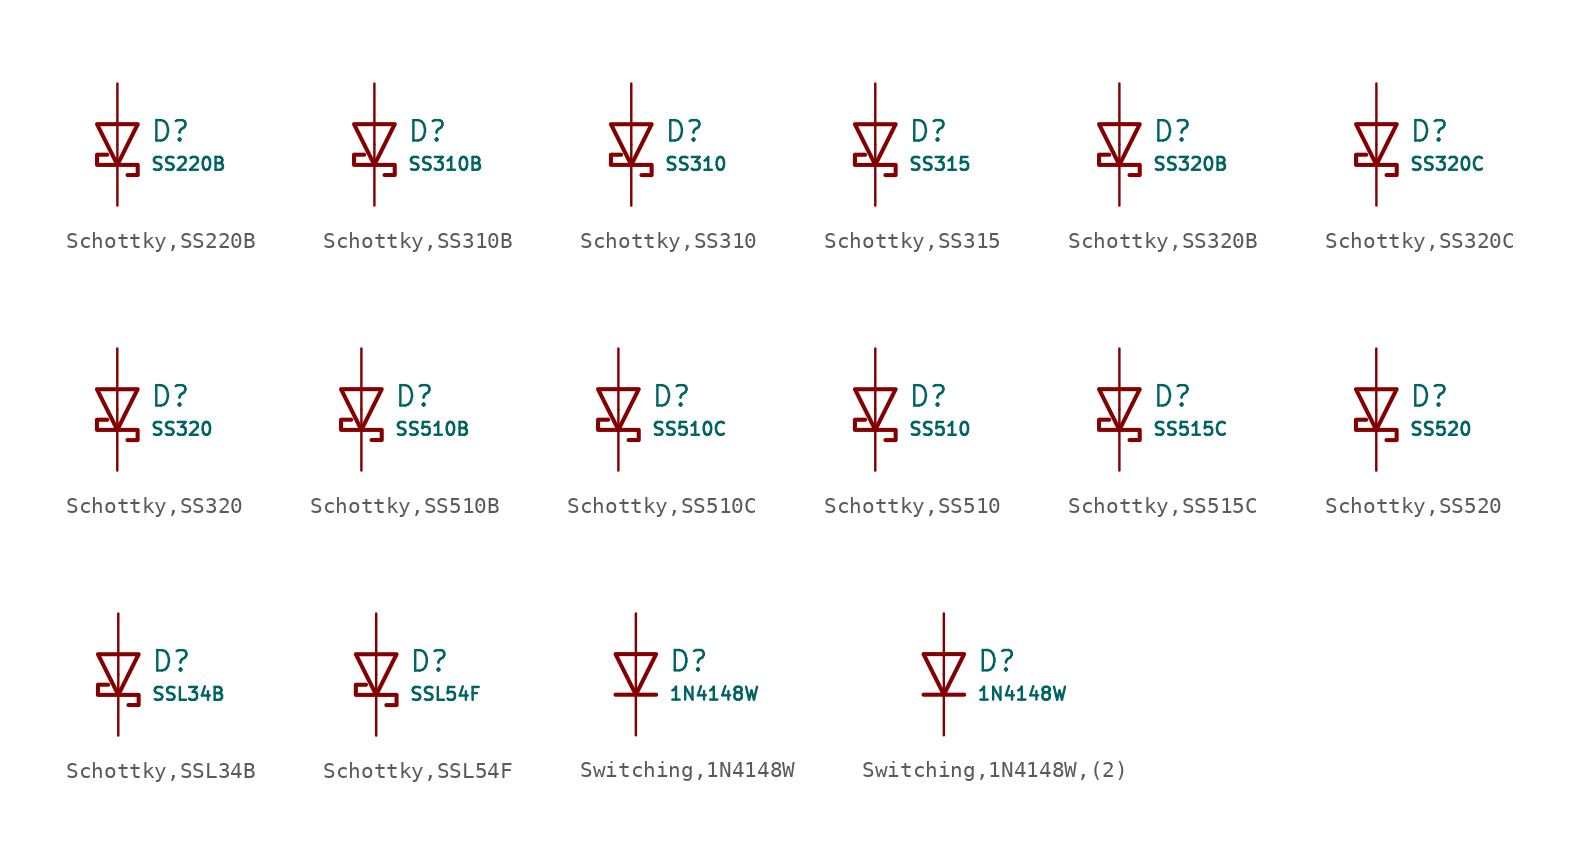
<source format=kicad_sym>
(kicad_symbol_lib
  (version 20231120)
  (generator "CDFER")
  (generator_version "8.0")
  (symbol "Schottky,SS220B"
    (pin_numbers hide)
    (pin_names
      (offset 0))
    (property "Reference" "D"
      (at 2.032 0.834 0)
      (effects (font (size 1.27 1.27)) (justify left)))
    (property "Value" "SS220B"
      (at 2.032 -1.212 0)
      (effects (font (size 0.8 0.8)) (justify left)))
    (symbol "Schottky,SS220B_0_1"
      (polyline (pts (xy -1.27 1.27) (xy 0.00 -1.27) (xy 1.27 1.27) (xy -1.27 1.27)) (stroke (width 0.254) (type default)) (fill (type none))))
    (symbol "Schottky,SS220B_0_1"
      (polyline (pts (xy 0.635 -1.905) (xy 1.27 -1.905) (xy 1.27 -1.27) (xy -1.27 -1.27) (xy -1.27 -0.635) (xy -0.635 -0.635)) (stroke (width 0.254) (type default)) (fill (type none))))
    (symbol "Schottky,SS220B_1_1"
      (pin passive line (at 0 3.81 270) (length 3.81) (name "~" (effects (font (size 1.27 1.27)))) (number "2" (effects (font (size 1.27 1.27)))))
      (pin passive line (at 0 -3.81 90) (length 3.81) (name "~" (effects (font (size 1.27 1.27)))) (number "1" (effects (font (size 1.27 1.27)))))))
  (symbol "Schottky,SS310B"
    (pin_numbers hide)
    (pin_names
      (offset 0))
    (property "Reference" "D"
      (at 2.032 0.834 0)
      (effects (font (size 1.27 1.27)) (justify left)))
    (property "Value" "SS310B"
      (at 2.032 -1.212 0)
      (effects (font (size 0.8 0.8)) (justify left)))
    (symbol "Schottky,SS310B_0_1"
      (polyline (pts (xy -1.27 1.27) (xy 0.00 -1.27) (xy 1.27 1.27) (xy -1.27 1.27)) (stroke (width 0.254) (type default)) (fill (type none))))
    (symbol "Schottky,SS310B_0_1"
      (polyline (pts (xy 0.635 -1.905) (xy 1.27 -1.905) (xy 1.27 -1.27) (xy -1.27 -1.27) (xy -1.27 -0.635) (xy -0.635 -0.635)) (stroke (width 0.254) (type default)) (fill (type none))))
    (symbol "Schottky,SS310B_1_1"
      (pin passive line (at 0 3.81 270) (length 3.81) (name "~" (effects (font (size 1.27 1.27)))) (number "2" (effects (font (size 1.27 1.27)))))
      (pin passive line (at 0 -3.81 90) (length 3.81) (name "~" (effects (font (size 1.27 1.27)))) (number "1" (effects (font (size 1.27 1.27)))))))
  (symbol "Schottky,SS310"
    (pin_numbers hide)
    (pin_names
      (offset 0))
    (property "Reference" "D"
      (at 2.032 0.834 0)
      (effects (font (size 1.27 1.27)) (justify left)))
    (property "Value" "SS310"
      (at 2.032 -1.212 0)
      (effects (font (size 0.8 0.8)) (justify left)))
    (symbol "Schottky,SS310_0_1"
      (polyline (pts (xy -1.27 1.27) (xy 0.00 -1.27) (xy 1.27 1.27) (xy -1.27 1.27)) (stroke (width 0.254) (type default)) (fill (type none))))
    (symbol "Schottky,SS310_0_1"
      (polyline (pts (xy 0.635 -1.905) (xy 1.27 -1.905) (xy 1.27 -1.27) (xy -1.27 -1.27) (xy -1.27 -0.635) (xy -0.635 -0.635)) (stroke (width 0.254) (type default)) (fill (type none))))
    (symbol "Schottky,SS310_1_1"
      (pin passive line (at 0 3.81 270) (length 3.81) (name "~" (effects (font (size 1.27 1.27)))) (number "2" (effects (font (size 1.27 1.27)))))
      (pin passive line (at 0 -3.81 90) (length 3.81) (name "~" (effects (font (size 1.27 1.27)))) (number "1" (effects (font (size 1.27 1.27)))))))
  (symbol "Schottky,SS315"
    (pin_numbers hide)
    (pin_names
      (offset 0))
    (property "Reference" "D"
      (at 2.032 0.834 0)
      (effects (font (size 1.27 1.27)) (justify left)))
    (property "Value" "SS315"
      (at 2.032 -1.212 0)
      (effects (font (size 0.8 0.8)) (justify left)))
    (symbol "Schottky,SS315_0_1"
      (polyline (pts (xy -1.27 1.27) (xy 0.00 -1.27) (xy 1.27 1.27) (xy -1.27 1.27)) (stroke (width 0.254) (type default)) (fill (type none))))
    (symbol "Schottky,SS315_0_1"
      (polyline (pts (xy 0.635 -1.905) (xy 1.27 -1.905) (xy 1.27 -1.27) (xy -1.27 -1.27) (xy -1.27 -0.635) (xy -0.635 -0.635)) (stroke (width 0.254) (type default)) (fill (type none))))
    (symbol "Schottky,SS315_1_1"
      (pin passive line (at 0 3.81 270) (length 3.81) (name "~" (effects (font (size 1.27 1.27)))) (number "2" (effects (font (size 1.27 1.27)))))
      (pin passive line (at 0 -3.81 90) (length 3.81) (name "~" (effects (font (size 1.27 1.27)))) (number "1" (effects (font (size 1.27 1.27)))))))
  (symbol "Schottky,SS320B"
    (pin_numbers hide)
    (pin_names
      (offset 0))
    (property "Reference" "D"
      (at 2.032 0.834 0)
      (effects (font (size 1.27 1.27)) (justify left)))
    (property "Value" "SS320B"
      (at 2.032 -1.212 0)
      (effects (font (size 0.8 0.8)) (justify left)))
    (symbol "Schottky,SS320B_0_1"
      (polyline (pts (xy -1.27 1.27) (xy 0.00 -1.27) (xy 1.27 1.27) (xy -1.27 1.27)) (stroke (width 0.254) (type default)) (fill (type none))))
    (symbol "Schottky,SS320B_0_1"
      (polyline (pts (xy 0.635 -1.905) (xy 1.27 -1.905) (xy 1.27 -1.27) (xy -1.27 -1.27) (xy -1.27 -0.635) (xy -0.635 -0.635)) (stroke (width 0.254) (type default)) (fill (type none))))
    (symbol "Schottky,SS320B_1_1"
      (pin passive line (at 0 3.81 270) (length 3.81) (name "~" (effects (font (size 1.27 1.27)))) (number "2" (effects (font (size 1.27 1.27)))))
      (pin passive line (at 0 -3.81 90) (length 3.81) (name "~" (effects (font (size 1.27 1.27)))) (number "1" (effects (font (size 1.27 1.27)))))))
  (symbol "Schottky,SS320C"
    (pin_numbers hide)
    (pin_names
      (offset 0))
    (property "Reference" "D"
      (at 2.032 0.834 0)
      (effects (font (size 1.27 1.27)) (justify left)))
    (property "Value" "SS320C"
      (at 2.032 -1.212 0)
      (effects (font (size 0.8 0.8)) (justify left)))
    (symbol "Schottky,SS320C_0_1"
      (polyline (pts (xy -1.27 1.27) (xy 0.00 -1.27) (xy 1.27 1.27) (xy -1.27 1.27)) (stroke (width 0.254) (type default)) (fill (type none))))
    (symbol "Schottky,SS320C_0_1"
      (polyline (pts (xy 0.635 -1.905) (xy 1.27 -1.905) (xy 1.27 -1.27) (xy -1.27 -1.27) (xy -1.27 -0.635) (xy -0.635 -0.635)) (stroke (width 0.254) (type default)) (fill (type none))))
    (symbol "Schottky,SS320C_1_1"
      (pin passive line (at 0 3.81 270) (length 3.81) (name "~" (effects (font (size 1.27 1.27)))) (number "2" (effects (font (size 1.27 1.27)))))
      (pin passive line (at 0 -3.81 90) (length 3.81) (name "~" (effects (font (size 1.27 1.27)))) (number "1" (effects (font (size 1.27 1.27)))))))
  (symbol "Schottky,SS320"
    (pin_numbers hide)
    (pin_names
      (offset 0))
    (property "Reference" "D"
      (at 2.032 0.834 0)
      (effects (font (size 1.27 1.27)) (justify left)))
    (property "Value" "SS320"
      (at 2.032 -1.212 0)
      (effects (font (size 0.8 0.8)) (justify left)))
    (symbol "Schottky,SS320_0_1"
      (polyline (pts (xy -1.27 1.27) (xy 0.00 -1.27) (xy 1.27 1.27) (xy -1.27 1.27)) (stroke (width 0.254) (type default)) (fill (type none))))
    (symbol "Schottky,SS320_0_1"
      (polyline (pts (xy 0.635 -1.905) (xy 1.27 -1.905) (xy 1.27 -1.27) (xy -1.27 -1.27) (xy -1.27 -0.635) (xy -0.635 -0.635)) (stroke (width 0.254) (type default)) (fill (type none))))
    (symbol "Schottky,SS320_1_1"
      (pin passive line (at 0 3.81 270) (length 3.81) (name "~" (effects (font (size 1.27 1.27)))) (number "2" (effects (font (size 1.27 1.27)))))
      (pin passive line (at 0 -3.81 90) (length 3.81) (name "~" (effects (font (size 1.27 1.27)))) (number "1" (effects (font (size 1.27 1.27)))))))
  (symbol "Schottky,SS510B"
    (pin_numbers hide)
    (pin_names
      (offset 0))
    (property "Reference" "D"
      (at 2.032 0.834 0)
      (effects (font (size 1.27 1.27)) (justify left)))
    (property "Value" "SS510B"
      (at 2.032 -1.212 0)
      (effects (font (size 0.8 0.8)) (justify left)))
    (symbol "Schottky,SS510B_0_1"
      (polyline (pts (xy -1.27 1.27) (xy 0.00 -1.27) (xy 1.27 1.27) (xy -1.27 1.27)) (stroke (width 0.254) (type default)) (fill (type none))))
    (symbol "Schottky,SS510B_0_1"
      (polyline (pts (xy 0.635 -1.905) (xy 1.27 -1.905) (xy 1.27 -1.27) (xy -1.27 -1.27) (xy -1.27 -0.635) (xy -0.635 -0.635)) (stroke (width 0.254) (type default)) (fill (type none))))
    (symbol "Schottky,SS510B_1_1"
      (pin passive line (at 0 3.81 270) (length 3.81) (name "~" (effects (font (size 1.27 1.27)))) (number "2" (effects (font (size 1.27 1.27)))))
      (pin passive line (at 0 -3.81 90) (length 3.81) (name "~" (effects (font (size 1.27 1.27)))) (number "1" (effects (font (size 1.27 1.27)))))))
  (symbol "Schottky,SS510C"
    (pin_numbers hide)
    (pin_names
      (offset 0))
    (property "Reference" "D"
      (at 2.032 0.834 0)
      (effects (font (size 1.27 1.27)) (justify left)))
    (property "Value" "SS510C"
      (at 2.032 -1.212 0)
      (effects (font (size 0.8 0.8)) (justify left)))
    (symbol "Schottky,SS510C_0_1"
      (polyline (pts (xy -1.27 1.27) (xy 0.00 -1.27) (xy 1.27 1.27) (xy -1.27 1.27)) (stroke (width 0.254) (type default)) (fill (type none))))
    (symbol "Schottky,SS510C_0_1"
      (polyline (pts (xy 0.635 -1.905) (xy 1.27 -1.905) (xy 1.27 -1.27) (xy -1.27 -1.27) (xy -1.27 -0.635) (xy -0.635 -0.635)) (stroke (width 0.254) (type default)) (fill (type none))))
    (symbol "Schottky,SS510C_1_1"
      (pin passive line (at 0 3.81 270) (length 3.81) (name "~" (effects (font (size 1.27 1.27)))) (number "2" (effects (font (size 1.27 1.27)))))
      (pin passive line (at 0 -3.81 90) (length 3.81) (name "~" (effects (font (size 1.27 1.27)))) (number "1" (effects (font (size 1.27 1.27)))))))
  (symbol "Schottky,SS510"
    (pin_numbers hide)
    (pin_names
      (offset 0))
    (property "Reference" "D"
      (at 2.032 0.834 0)
      (effects (font (size 1.27 1.27)) (justify left)))
    (property "Value" "SS510"
      (at 2.032 -1.212 0)
      (effects (font (size 0.8 0.8)) (justify left)))
    (symbol "Schottky,SS510_0_1"
      (polyline (pts (xy -1.27 1.27) (xy 0.00 -1.27) (xy 1.27 1.27) (xy -1.27 1.27)) (stroke (width 0.254) (type default)) (fill (type none))))
    (symbol "Schottky,SS510_0_1"
      (polyline (pts (xy 0.635 -1.905) (xy 1.27 -1.905) (xy 1.27 -1.27) (xy -1.27 -1.27) (xy -1.27 -0.635) (xy -0.635 -0.635)) (stroke (width 0.254) (type default)) (fill (type none))))
    (symbol "Schottky,SS510_1_1"
      (pin passive line (at 0 3.81 270) (length 3.81) (name "~" (effects (font (size 1.27 1.27)))) (number "2" (effects (font (size 1.27 1.27)))))
      (pin passive line (at 0 -3.81 90) (length 3.81) (name "~" (effects (font (size 1.27 1.27)))) (number "1" (effects (font (size 1.27 1.27)))))))
  (symbol "Schottky,SS515C"
    (pin_numbers hide)
    (pin_names
      (offset 0))
    (property "Reference" "D"
      (at 2.032 0.834 0)
      (effects (font (size 1.27 1.27)) (justify left)))
    (property "Value" "SS515C"
      (at 2.032 -1.212 0)
      (effects (font (size 0.8 0.8)) (justify left)))
    (symbol "Schottky,SS515C_0_1"
      (polyline (pts (xy -1.27 1.27) (xy 0.00 -1.27) (xy 1.27 1.27) (xy -1.27 1.27)) (stroke (width 0.254) (type default)) (fill (type none))))
    (symbol "Schottky,SS515C_0_1"
      (polyline (pts (xy 0.635 -1.905) (xy 1.27 -1.905) (xy 1.27 -1.27) (xy -1.27 -1.27) (xy -1.27 -0.635) (xy -0.635 -0.635)) (stroke (width 0.254) (type default)) (fill (type none))))
    (symbol "Schottky,SS515C_1_1"
      (pin passive line (at 0 3.81 270) (length 3.81) (name "~" (effects (font (size 1.27 1.27)))) (number "2" (effects (font (size 1.27 1.27)))))
      (pin passive line (at 0 -3.81 90) (length 3.81) (name "~" (effects (font (size 1.27 1.27)))) (number "1" (effects (font (size 1.27 1.27)))))))
  (symbol "Schottky,SS520"
    (pin_numbers hide)
    (pin_names
      (offset 0))
    (property "Reference" "D"
      (at 2.032 0.834 0)
      (effects (font (size 1.27 1.27)) (justify left)))
    (property "Value" "SS520"
      (at 2.032 -1.212 0)
      (effects (font (size 0.8 0.8)) (justify left)))
    (symbol "Schottky,SS520_0_1"
      (polyline (pts (xy -1.27 1.27) (xy 0.00 -1.27) (xy 1.27 1.27) (xy -1.27 1.27)) (stroke (width 0.254) (type default)) (fill (type none))))
    (symbol "Schottky,SS520_0_1"
      (polyline (pts (xy 0.635 -1.905) (xy 1.27 -1.905) (xy 1.27 -1.27) (xy -1.27 -1.27) (xy -1.27 -0.635) (xy -0.635 -0.635)) (stroke (width 0.254) (type default)) (fill (type none))))
    (symbol "Schottky,SS520_1_1"
      (pin passive line (at 0 3.81 270) (length 3.81) (name "~" (effects (font (size 1.27 1.27)))) (number "2" (effects (font (size 1.27 1.27)))))
      (pin passive line (at 0 -3.81 90) (length 3.81) (name "~" (effects (font (size 1.27 1.27)))) (number "1" (effects (font (size 1.27 1.27)))))))
  (symbol "Schottky,SSL34B"
    (pin_numbers hide)
    (pin_names
      (offset 0))
    (property "Reference" "D"
      (at 2.032 0.834 0)
      (effects (font (size 1.27 1.27)) (justify left)))
    (property "Value" "SSL34B"
      (at 2.032 -1.212 0)
      (effects (font (size 0.8 0.8)) (justify left)))
    (symbol "Schottky,SSL34B_0_1"
      (polyline (pts (xy -1.27 1.27) (xy 0.00 -1.27) (xy 1.27 1.27) (xy -1.27 1.27)) (stroke (width 0.254) (type default)) (fill (type none))))
    (symbol "Schottky,SSL34B_0_1"
      (polyline (pts (xy 0.635 -1.905) (xy 1.27 -1.905) (xy 1.27 -1.27) (xy -1.27 -1.27) (xy -1.27 -0.635) (xy -0.635 -0.635)) (stroke (width 0.254) (type default)) (fill (type none))))
    (symbol "Schottky,SSL34B_1_1"
      (pin passive line (at 0 3.81 270) (length 3.81) (name "~" (effects (font (size 1.27 1.27)))) (number "2" (effects (font (size 1.27 1.27)))))
      (pin passive line (at 0 -3.81 90) (length 3.81) (name "~" (effects (font (size 1.27 1.27)))) (number "1" (effects (font (size 1.27 1.27)))))))
  (symbol "Schottky,SSL54F"
    (pin_numbers hide)
    (pin_names
      (offset 0))
    (property "Reference" "D"
      (at 2.032 0.834 0)
      (effects (font (size 1.27 1.27)) (justify left)))
    (property "Value" "SSL54F"
      (at 2.032 -1.212 0)
      (effects (font (size 0.8 0.8)) (justify left)))
    (symbol "Schottky,SSL54F_0_1"
      (polyline (pts (xy -1.27 1.27) (xy 0.00 -1.27) (xy 1.27 1.27) (xy -1.27 1.27)) (stroke (width 0.254) (type default)) (fill (type none))))
    (symbol "Schottky,SSL54F_0_1"
      (polyline (pts (xy 0.635 -1.905) (xy 1.27 -1.905) (xy 1.27 -1.27) (xy -1.27 -1.27) (xy -1.27 -0.635) (xy -0.635 -0.635)) (stroke (width 0.254) (type default)) (fill (type none))))
    (symbol "Schottky,SSL54F_1_1"
      (pin passive line (at 0 3.81 270) (length 3.81) (name "~" (effects (font (size 1.27 1.27)))) (number "2" (effects (font (size 1.27 1.27)))))
      (pin passive line (at 0 -3.81 90) (length 3.81) (name "~" (effects (font (size 1.27 1.27)))) (number "1" (effects (font (size 1.27 1.27)))))))
  (symbol "Switching,1N4148W"
    (pin_numbers hide)
    (pin_names
      (offset 0))
    (property "Reference" "D"
      (at 2.032 0.834 0)
      (effects (font (size 1.27 1.27)) (justify left)))
    (property "Value" "1N4148W"
      (at 2.032 -1.212 0)
      (effects (font (size 0.8 0.8)) (justify left)))
    (symbol "Switching,1N4148W_0_1"
      (polyline (pts (xy -1.27 1.27) (xy 0.00 -1.27) (xy 1.27 1.27) (xy -1.27 1.27)) (stroke (width 0.254) (type default)) (fill (type none))))
    (symbol "Switching,1N4148W_0_1"
      (polyline (pts (xy -1.27 -1.27) (xy 1.27 -1.27)) (stroke (width 0.254) (type default)) (fill (type none))))
    (symbol "Switching,1N4148W_1_1"
      (pin passive line (at 0 3.81 270) (length 3.81) (name "~" (effects (font (size 1.27 1.27)))) (number "2" (effects (font (size 1.27 1.27)))))
      (pin passive line (at 0 -3.81 90) (length 3.81) (name "~" (effects (font (size 1.27 1.27)))) (number "1" (effects (font (size 1.27 1.27)))))))
  (symbol "Switching,1N4148W,(2)"
    (pin_numbers hide)
    (pin_names
      (offset 0))
    (property "Reference" "D"
      (at 2.032 0.834 0)
      (effects (font (size 1.27 1.27)) (justify left)))
    (property "Value" "1N4148W"
      (at 2.032 -1.212 0)
      (effects (font (size 0.8 0.8)) (justify left)))
    (symbol "Switching,1N4148W,(2)_0_1"
      (polyline (pts (xy -1.27 1.27) (xy 0.00 -1.27) (xy 1.27 1.27) (xy -1.27 1.27)) (stroke (width 0.254) (type default)) (fill (type none))))
    (symbol "Switching,1N4148W,(2)_0_1"
      (polyline (pts (xy -1.27 -1.27) (xy 1.27 -1.27)) (stroke (width 0.254) (type default)) (fill (type none))))
    (symbol "Switching,1N4148W,(2)_1_1"
      (pin passive line (at 0 3.81 270) (length 3.81) (name "~" (effects (font (size 1.27 1.27)))) (number "2" (effects (font (size 1.27 1.27)))))
      (pin passive line (at 0 -3.81 90) (length 3.81) (name "~" (effects (font (size 1.27 1.27)))) (number "1" (effects (font (size 1.27 1.27))))))))
</source>
